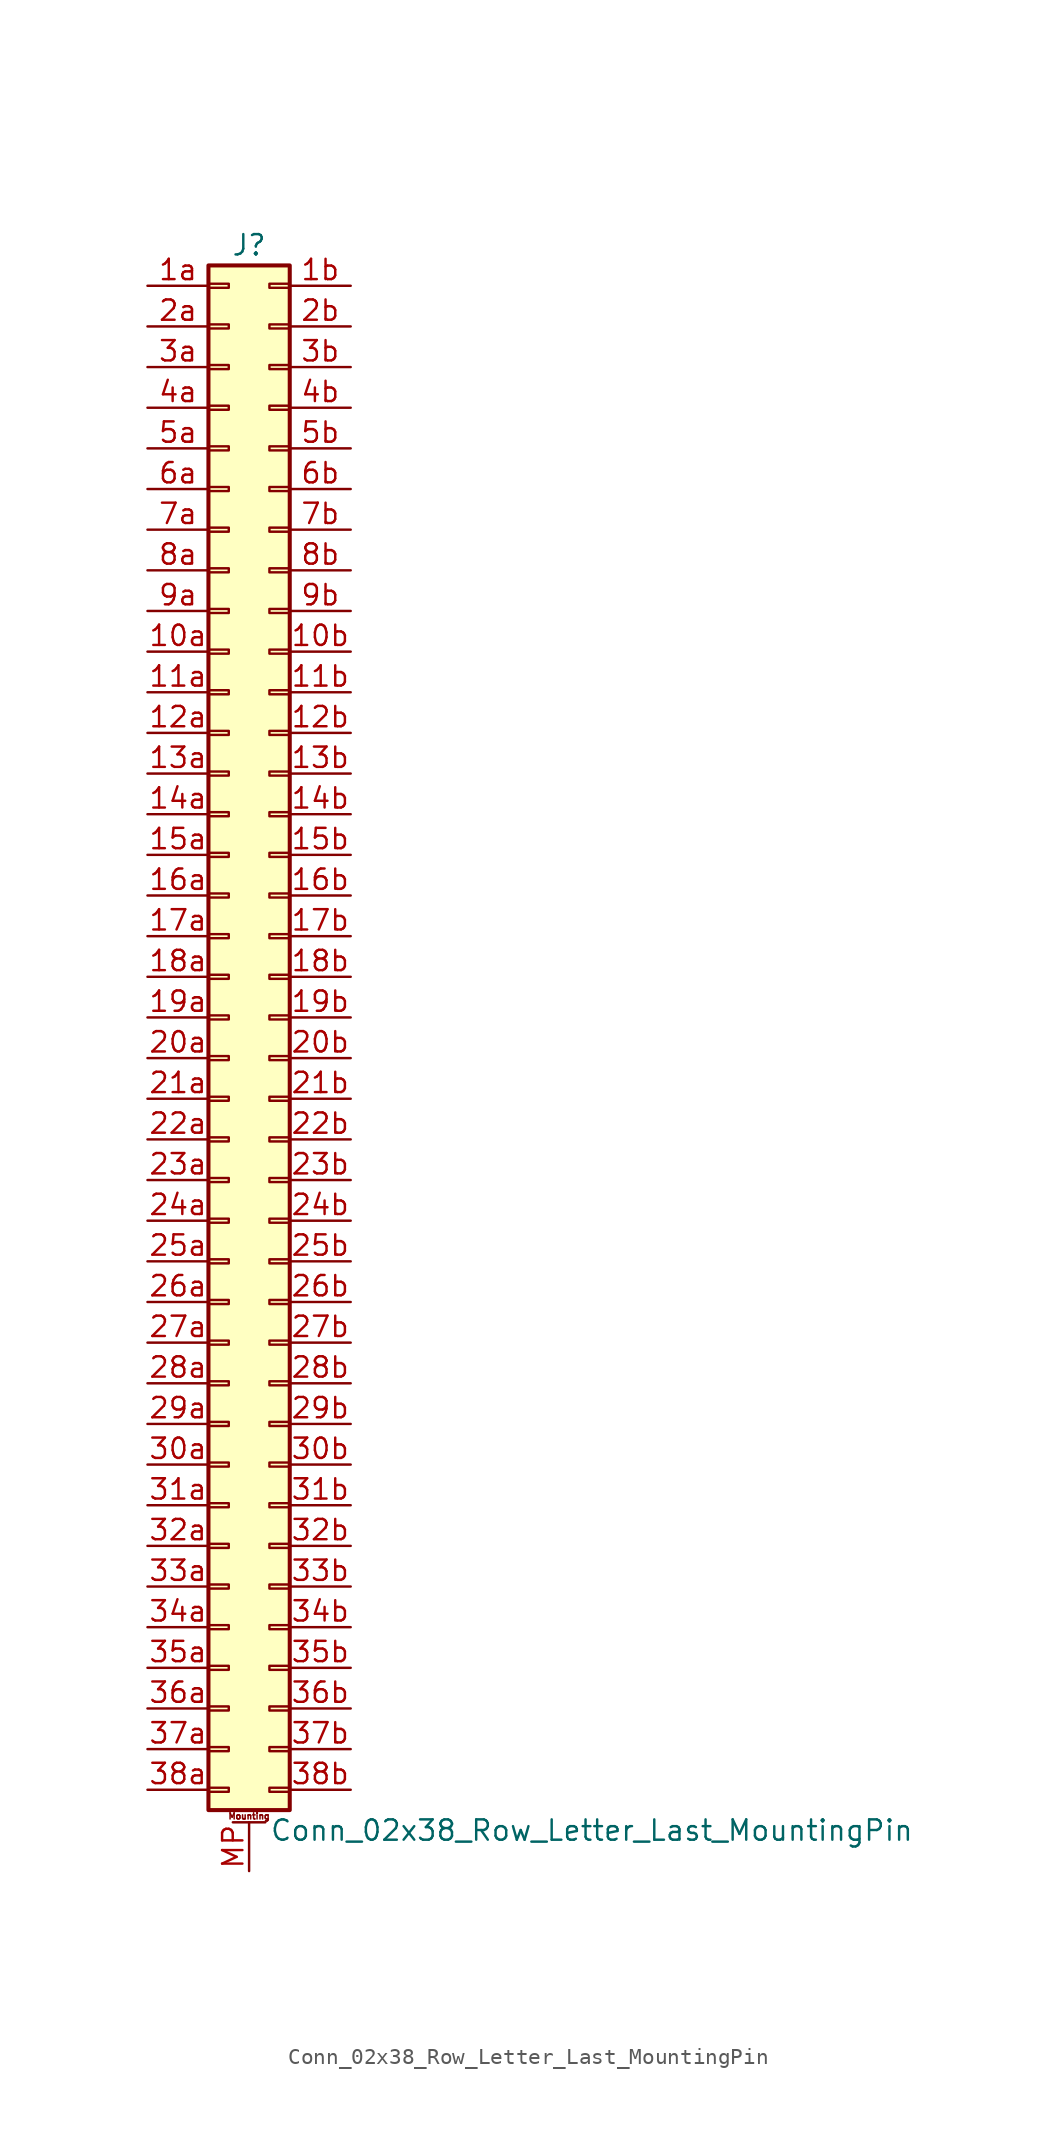
<source format=kicad_sym>
(kicad_symbol_lib
  (version 20201005)
  (generator kicad_symbol_editor)
  (symbol "Conn_02x38_Row_Letter_Last_MountingPin"
    (pin_names
      (offset 1.016) hide)
    (property "Reference" "J"
      (at 1.27 48.26 0)
      (effects (font (size 1.27 1.27))))
    (property "Value" "Conn_02x38_Row_Letter_Last_MountingPin"
      (at 2.54 -50.8 0)
      (effects (font (size 1.27 1.27)) (justify left)))
    (symbol "Conn_02x38_Row_Letter_Last_MountingPin_1_1"
      (text "Mounting" (at 1.27 -49.911 0) (effects (font (size 0.381 0.381))))
      (rectangle (start -1.27 -48.133) (end 0 -48.387) (stroke (width 0.152)) (fill (type none)))
      (rectangle (start -1.27 -45.593) (end 0 -45.847) (stroke (width 0.152)) (fill (type none)))
      (rectangle (start -1.27 -43.053) (end 0 -43.307) (stroke (width 0.152)) (fill (type none)))
      (rectangle (start -1.27 -40.513) (end 0 -40.767) (stroke (width 0.152)) (fill (type none)))
      (rectangle (start -1.27 -37.973) (end 0 -38.227) (stroke (width 0.152)) (fill (type none)))
      (rectangle (start -1.27 -35.433) (end 0 -35.687) (stroke (width 0.152)) (fill (type none)))
      (rectangle (start -1.27 -32.893) (end 0 -33.147) (stroke (width 0.152)) (fill (type none)))
      (rectangle (start -1.27 -30.353) (end 0 -30.607) (stroke (width 0.152)) (fill (type none)))
      (rectangle (start -1.27 -27.813) (end 0 -28.067) (stroke (width 0.152)) (fill (type none)))
      (rectangle (start -1.27 -25.273) (end 0 -25.527) (stroke (width 0.152)) (fill (type none)))
      (rectangle (start -1.27 -22.733) (end 0 -22.987) (stroke (width 0.152)) (fill (type none)))
      (rectangle (start -1.27 -20.193) (end 0 -20.447) (stroke (width 0.152)) (fill (type none)))
      (rectangle (start -1.27 -17.653) (end 0 -17.907) (stroke (width 0.152)) (fill (type none)))
      (rectangle (start -1.27 -15.113) (end 0 -15.367) (stroke (width 0.152)) (fill (type none)))
      (rectangle (start -1.27 -12.573) (end 0 -12.827) (stroke (width 0.152)) (fill (type none)))
      (rectangle (start -1.27 -10.033) (end 0 -10.287) (stroke (width 0.152)) (fill (type none)))
      (rectangle (start -1.27 -7.493) (end 0 -7.747) (stroke (width 0.152)) (fill (type none)))
      (rectangle (start -1.27 -4.953) (end 0 -5.207) (stroke (width 0.152)) (fill (type none)))
      (rectangle (start -1.27 -2.413) (end 0 -2.667) (stroke (width 0.152)) (fill (type none)))
      (rectangle (start -1.27 0.127) (end 0 -0.127) (stroke (width 0.152)) (fill (type none)))
      (rectangle (start -1.27 2.667) (end 0 2.413) (stroke (width 0.152)) (fill (type none)))
      (rectangle (start -1.27 5.207) (end 0 4.953) (stroke (width 0.152)) (fill (type none)))
      (rectangle (start -1.27 7.747) (end 0 7.493) (stroke (width 0.152)) (fill (type none)))
      (rectangle (start -1.27 10.287) (end 0 10.033) (stroke (width 0.152)) (fill (type none)))
      (rectangle (start -1.27 12.827) (end 0 12.573) (stroke (width 0.152)) (fill (type none)))
      (rectangle (start -1.27 15.367) (end 0 15.113) (stroke (width 0.152)) (fill (type none)))
      (rectangle (start -1.27 17.907) (end 0 17.653) (stroke (width 0.152)) (fill (type none)))
      (rectangle (start -1.27 20.447) (end 0 20.193) (stroke (width 0.152)) (fill (type none)))
      (rectangle (start -1.27 22.987) (end 0 22.733) (stroke (width 0.152)) (fill (type none)))
      (rectangle (start -1.27 25.527) (end 0 25.273) (stroke (width 0.152)) (fill (type none)))
      (rectangle (start -1.27 28.067) (end 0 27.813) (stroke (width 0.152)) (fill (type none)))
      (rectangle (start -1.27 30.607) (end 0 30.353) (stroke (width 0.152)) (fill (type none)))
      (rectangle (start -1.27 33.147) (end 0 32.893) (stroke (width 0.152)) (fill (type none)))
      (rectangle (start -1.27 35.687) (end 0 35.433) (stroke (width 0.152)) (fill (type none)))
      (rectangle (start -1.27 38.227) (end 0 37.973) (stroke (width 0.152)) (fill (type none)))
      (rectangle (start -1.27 40.767) (end 0 40.513) (stroke (width 0.152)) (fill (type none)))
      (rectangle (start -1.27 43.307) (end 0 43.053) (stroke (width 0.152)) (fill (type none)))
      (rectangle (start -1.27 45.847) (end 0 45.593) (stroke (width 0.152)) (fill (type none)))
      (rectangle (start 3.81 -48.133) (end 2.54 -48.387) (stroke (width 0.152)) (fill (type none)))
      (rectangle (start 3.81 -45.593) (end 2.54 -45.847) (stroke (width 0.152)) (fill (type none)))
      (rectangle (start 3.81 -43.053) (end 2.54 -43.307) (stroke (width 0.152)) (fill (type none)))
      (rectangle (start 3.81 -40.513) (end 2.54 -40.767) (stroke (width 0.152)) (fill (type none)))
      (rectangle (start 3.81 -37.973) (end 2.54 -38.227) (stroke (width 0.152)) (fill (type none)))
      (rectangle (start 3.81 -35.433) (end 2.54 -35.687) (stroke (width 0.152)) (fill (type none)))
      (rectangle (start 3.81 -32.893) (end 2.54 -33.147) (stroke (width 0.152)) (fill (type none)))
      (rectangle (start 3.81 -30.353) (end 2.54 -30.607) (stroke (width 0.152)) (fill (type none)))
      (rectangle (start 3.81 -27.813) (end 2.54 -28.067) (stroke (width 0.152)) (fill (type none)))
      (rectangle (start 3.81 -25.273) (end 2.54 -25.527) (stroke (width 0.152)) (fill (type none)))
      (rectangle (start 3.81 -22.733) (end 2.54 -22.987) (stroke (width 0.152)) (fill (type none)))
      (rectangle (start 3.81 -20.193) (end 2.54 -20.447) (stroke (width 0.152)) (fill (type none)))
      (rectangle (start 3.81 -17.653) (end 2.54 -17.907) (stroke (width 0.152)) (fill (type none)))
      (rectangle (start 3.81 -15.113) (end 2.54 -15.367) (stroke (width 0.152)) (fill (type none)))
      (rectangle (start 3.81 -12.573) (end 2.54 -12.827) (stroke (width 0.152)) (fill (type none)))
      (rectangle (start 3.81 -10.033) (end 2.54 -10.287) (stroke (width 0.152)) (fill (type none)))
      (rectangle (start 3.81 -7.493) (end 2.54 -7.747) (stroke (width 0.152)) (fill (type none)))
      (rectangle (start 3.81 -4.953) (end 2.54 -5.207) (stroke (width 0.152)) (fill (type none)))
      (rectangle (start 3.81 -2.413) (end 2.54 -2.667) (stroke (width 0.152)) (fill (type none)))
      (rectangle (start 3.81 0.127) (end 2.54 -0.127) (stroke (width 0.152)) (fill (type none)))
      (rectangle (start 3.81 2.667) (end 2.54 2.413) (stroke (width 0.152)) (fill (type none)))
      (rectangle (start 3.81 5.207) (end 2.54 4.953) (stroke (width 0.152)) (fill (type none)))
      (rectangle (start 3.81 7.747) (end 2.54 7.493) (stroke (width 0.152)) (fill (type none)))
      (rectangle (start 3.81 10.287) (end 2.54 10.033) (stroke (width 0.152)) (fill (type none)))
      (rectangle (start 3.81 12.827) (end 2.54 12.573) (stroke (width 0.152)) (fill (type none)))
      (rectangle (start 3.81 15.367) (end 2.54 15.113) (stroke (width 0.152)) (fill (type none)))
      (rectangle (start 3.81 17.907) (end 2.54 17.653) (stroke (width 0.152)) (fill (type none)))
      (rectangle (start 3.81 20.447) (end 2.54 20.193) (stroke (width 0.152)) (fill (type none)))
      (rectangle (start 3.81 22.987) (end 2.54 22.733) (stroke (width 0.152)) (fill (type none)))
      (rectangle (start 3.81 25.527) (end 2.54 25.273) (stroke (width 0.152)) (fill (type none)))
      (rectangle (start 3.81 28.067) (end 2.54 27.813) (stroke (width 0.152)) (fill (type none)))
      (rectangle (start 3.81 30.607) (end 2.54 30.353) (stroke (width 0.152)) (fill (type none)))
      (rectangle (start 3.81 33.147) (end 2.54 32.893) (stroke (width 0.152)) (fill (type none)))
      (rectangle (start 3.81 35.687) (end 2.54 35.433) (stroke (width 0.152)) (fill (type none)))
      (rectangle (start 3.81 38.227) (end 2.54 37.973) (stroke (width 0.152)) (fill (type none)))
      (rectangle (start 3.81 40.767) (end 2.54 40.513) (stroke (width 0.152)) (fill (type none)))
      (rectangle (start 3.81 43.307) (end 2.54 43.053) (stroke (width 0.152)) (fill (type none)))
      (rectangle (start 3.81 45.847) (end 2.54 45.593) (stroke (width 0.152)) (fill (type none)))
      (rectangle (start -1.27 46.99) (end 3.81 -49.53) (stroke (width 0.254)) (fill (type background)))
      (polyline (pts (xy 0.254 -50.292) (xy 2.286 -50.292)) (stroke (width 0.152)) (fill (type none)))
      (pin passive line (at -5.08 22.86 0) (length 3.81) (name "Pin_10a" (effects (font (size 1.27 1.27)))) (number "10a" (effects (font (size 1.27 1.27)))))
      (pin passive line (at 7.62 22.86 180) (length 3.81) (name "Pin_10b" (effects (font (size 1.27 1.27)))) (number "10b" (effects (font (size 1.27 1.27)))))
      (pin passive line (at -5.08 20.32 0) (length 3.81) (name "Pin_11a" (effects (font (size 1.27 1.27)))) (number "11a" (effects (font (size 1.27 1.27)))))
      (pin passive line (at 7.62 20.32 180) (length 3.81) (name "Pin_11b" (effects (font (size 1.27 1.27)))) (number "11b" (effects (font (size 1.27 1.27)))))
      (pin passive line (at -5.08 17.78 0) (length 3.81) (name "Pin_12a" (effects (font (size 1.27 1.27)))) (number "12a" (effects (font (size 1.27 1.27)))))
      (pin passive line (at 7.62 17.78 180) (length 3.81) (name "Pin_12b" (effects (font (size 1.27 1.27)))) (number "12b" (effects (font (size 1.27 1.27)))))
      (pin passive line (at -5.08 15.24 0) (length 3.81) (name "Pin_13a" (effects (font (size 1.27 1.27)))) (number "13a" (effects (font (size 1.27 1.27)))))
      (pin passive line (at 7.62 15.24 180) (length 3.81) (name "Pin_13b" (effects (font (size 1.27 1.27)))) (number "13b" (effects (font (size 1.27 1.27)))))
      (pin passive line (at -5.08 12.7 0) (length 3.81) (name "Pin_14a" (effects (font (size 1.27 1.27)))) (number "14a" (effects (font (size 1.27 1.27)))))
      (pin passive line (at 7.62 12.7 180) (length 3.81) (name "Pin_14b" (effects (font (size 1.27 1.27)))) (number "14b" (effects (font (size 1.27 1.27)))))
      (pin passive line (at -5.08 10.16 0) (length 3.81) (name "Pin_15a" (effects (font (size 1.27 1.27)))) (number "15a" (effects (font (size 1.27 1.27)))))
      (pin passive line (at 7.62 10.16 180) (length 3.81) (name "Pin_15b" (effects (font (size 1.27 1.27)))) (number "15b" (effects (font (size 1.27 1.27)))))
      (pin passive line (at -5.08 7.62 0) (length 3.81) (name "Pin_16a" (effects (font (size 1.27 1.27)))) (number "16a" (effects (font (size 1.27 1.27)))))
      (pin passive line (at 7.62 7.62 180) (length 3.81) (name "Pin_16b" (effects (font (size 1.27 1.27)))) (number "16b" (effects (font (size 1.27 1.27)))))
      (pin passive line (at -5.08 5.08 0) (length 3.81) (name "Pin_17a" (effects (font (size 1.27 1.27)))) (number "17a" (effects (font (size 1.27 1.27)))))
      (pin passive line (at 7.62 5.08 180) (length 3.81) (name "Pin_17b" (effects (font (size 1.27 1.27)))) (number "17b" (effects (font (size 1.27 1.27)))))
      (pin passive line (at -5.08 2.54 0) (length 3.81) (name "Pin_18a" (effects (font (size 1.27 1.27)))) (number "18a" (effects (font (size 1.27 1.27)))))
      (pin passive line (at 7.62 2.54 180) (length 3.81) (name "Pin_18b" (effects (font (size 1.27 1.27)))) (number "18b" (effects (font (size 1.27 1.27)))))
      (pin passive line (at -5.08 0 0) (length 3.81) (name "Pin_19a" (effects (font (size 1.27 1.27)))) (number "19a" (effects (font (size 1.27 1.27)))))
      (pin passive line (at 7.62 0 180) (length 3.81) (name "Pin_19b" (effects (font (size 1.27 1.27)))) (number "19b" (effects (font (size 1.27 1.27)))))
      (pin passive line (at -5.08 45.72 0) (length 3.81) (name "Pin_1a" (effects (font (size 1.27 1.27)))) (number "1a" (effects (font (size 1.27 1.27)))))
      (pin passive line (at 7.62 45.72 180) (length 3.81) (name "Pin_1b" (effects (font (size 1.27 1.27)))) (number "1b" (effects (font (size 1.27 1.27)))))
      (pin passive line (at -5.08 -2.54 0) (length 3.81) (name "Pin_20a" (effects (font (size 1.27 1.27)))) (number "20a" (effects (font (size 1.27 1.27)))))
      (pin passive line (at 7.62 -2.54 180) (length 3.81) (name "Pin_20b" (effects (font (size 1.27 1.27)))) (number "20b" (effects (font (size 1.27 1.27)))))
      (pin passive line (at -5.08 -5.08 0) (length 3.81) (name "Pin_21a" (effects (font (size 1.27 1.27)))) (number "21a" (effects (font (size 1.27 1.27)))))
      (pin passive line (at 7.62 -5.08 180) (length 3.81) (name "Pin_21b" (effects (font (size 1.27 1.27)))) (number "21b" (effects (font (size 1.27 1.27)))))
      (pin passive line (at -5.08 -7.62 0) (length 3.81) (name "Pin_22a" (effects (font (size 1.27 1.27)))) (number "22a" (effects (font (size 1.27 1.27)))))
      (pin passive line (at 7.62 -7.62 180) (length 3.81) (name "Pin_22b" (effects (font (size 1.27 1.27)))) (number "22b" (effects (font (size 1.27 1.27)))))
      (pin passive line (at -5.08 -10.16 0) (length 3.81) (name "Pin_23a" (effects (font (size 1.27 1.27)))) (number "23a" (effects (font (size 1.27 1.27)))))
      (pin passive line (at 7.62 -10.16 180) (length 3.81) (name "Pin_23b" (effects (font (size 1.27 1.27)))) (number "23b" (effects (font (size 1.27 1.27)))))
      (pin passive line (at -5.08 -12.7 0) (length 3.81) (name "Pin_24a" (effects (font (size 1.27 1.27)))) (number "24a" (effects (font (size 1.27 1.27)))))
      (pin passive line (at 7.62 -12.7 180) (length 3.81) (name "Pin_24b" (effects (font (size 1.27 1.27)))) (number "24b" (effects (font (size 1.27 1.27)))))
      (pin passive line (at -5.08 -15.24 0) (length 3.81) (name "Pin_25a" (effects (font (size 1.27 1.27)))) (number "25a" (effects (font (size 1.27 1.27)))))
      (pin passive line (at 7.62 -15.24 180) (length 3.81) (name "Pin_25b" (effects (font (size 1.27 1.27)))) (number "25b" (effects (font (size 1.27 1.27)))))
      (pin passive line (at -5.08 -17.78 0) (length 3.81) (name "Pin_26a" (effects (font (size 1.27 1.27)))) (number "26a" (effects (font (size 1.27 1.27)))))
      (pin passive line (at 7.62 -17.78 180) (length 3.81) (name "Pin_26b" (effects (font (size 1.27 1.27)))) (number "26b" (effects (font (size 1.27 1.27)))))
      (pin passive line (at -5.08 -20.32 0) (length 3.81) (name "Pin_27a" (effects (font (size 1.27 1.27)))) (number "27a" (effects (font (size 1.27 1.27)))))
      (pin passive line (at 7.62 -20.32 180) (length 3.81) (name "Pin_27b" (effects (font (size 1.27 1.27)))) (number "27b" (effects (font (size 1.27 1.27)))))
      (pin passive line (at -5.08 -22.86 0) (length 3.81) (name "Pin_28a" (effects (font (size 1.27 1.27)))) (number "28a" (effects (font (size 1.27 1.27)))))
      (pin passive line (at 7.62 -22.86 180) (length 3.81) (name "Pin_28b" (effects (font (size 1.27 1.27)))) (number "28b" (effects (font (size 1.27 1.27)))))
      (pin passive line (at -5.08 -25.4 0) (length 3.81) (name "Pin_29a" (effects (font (size 1.27 1.27)))) (number "29a" (effects (font (size 1.27 1.27)))))
      (pin passive line (at 7.62 -25.4 180) (length 3.81) (name "Pin_29b" (effects (font (size 1.27 1.27)))) (number "29b" (effects (font (size 1.27 1.27)))))
      (pin passive line (at -5.08 43.18 0) (length 3.81) (name "Pin_2a" (effects (font (size 1.27 1.27)))) (number "2a" (effects (font (size 1.27 1.27)))))
      (pin passive line (at 7.62 43.18 180) (length 3.81) (name "Pin_2b" (effects (font (size 1.27 1.27)))) (number "2b" (effects (font (size 1.27 1.27)))))
      (pin passive line (at -5.08 -27.94 0) (length 3.81) (name "Pin_30a" (effects (font (size 1.27 1.27)))) (number "30a" (effects (font (size 1.27 1.27)))))
      (pin passive line (at 7.62 -27.94 180) (length 3.81) (name "Pin_30b" (effects (font (size 1.27 1.27)))) (number "30b" (effects (font (size 1.27 1.27)))))
      (pin passive line (at -5.08 -30.48 0) (length 3.81) (name "Pin_31a" (effects (font (size 1.27 1.27)))) (number "31a" (effects (font (size 1.27 1.27)))))
      (pin passive line (at 7.62 -30.48 180) (length 3.81) (name "Pin_31b" (effects (font (size 1.27 1.27)))) (number "31b" (effects (font (size 1.27 1.27)))))
      (pin passive line (at -5.08 -33.02 0) (length 3.81) (name "Pin_32a" (effects (font (size 1.27 1.27)))) (number "32a" (effects (font (size 1.27 1.27)))))
      (pin passive line (at 7.62 -33.02 180) (length 3.81) (name "Pin_32b" (effects (font (size 1.27 1.27)))) (number "32b" (effects (font (size 1.27 1.27)))))
      (pin passive line (at -5.08 -35.56 0) (length 3.81) (name "Pin_33a" (effects (font (size 1.27 1.27)))) (number "33a" (effects (font (size 1.27 1.27)))))
      (pin passive line (at 7.62 -35.56 180) (length 3.81) (name "Pin_33b" (effects (font (size 1.27 1.27)))) (number "33b" (effects (font (size 1.27 1.27)))))
      (pin passive line (at -5.08 -38.1 0) (length 3.81) (name "Pin_34a" (effects (font (size 1.27 1.27)))) (number "34a" (effects (font (size 1.27 1.27)))))
      (pin passive line (at 7.62 -38.1 180) (length 3.81) (name "Pin_34b" (effects (font (size 1.27 1.27)))) (number "34b" (effects (font (size 1.27 1.27)))))
      (pin passive line (at -5.08 -40.64 0) (length 3.81) (name "Pin_35a" (effects (font (size 1.27 1.27)))) (number "35a" (effects (font (size 1.27 1.27)))))
      (pin passive line (at 7.62 -40.64 180) (length 3.81) (name "Pin_35b" (effects (font (size 1.27 1.27)))) (number "35b" (effects (font (size 1.27 1.27)))))
      (pin passive line (at -5.08 -43.18 0) (length 3.81) (name "Pin_36a" (effects (font (size 1.27 1.27)))) (number "36a" (effects (font (size 1.27 1.27)))))
      (pin passive line (at 7.62 -43.18 180) (length 3.81) (name "Pin_36b" (effects (font (size 1.27 1.27)))) (number "36b" (effects (font (size 1.27 1.27)))))
      (pin passive line (at -5.08 -45.72 0) (length 3.81) (name "Pin_37a" (effects (font (size 1.27 1.27)))) (number "37a" (effects (font (size 1.27 1.27)))))
      (pin passive line (at 7.62 -45.72 180) (length 3.81) (name "Pin_37b" (effects (font (size 1.27 1.27)))) (number "37b" (effects (font (size 1.27 1.27)))))
      (pin passive line (at -5.08 -48.26 0) (length 3.81) (name "Pin_38a" (effects (font (size 1.27 1.27)))) (number "38a" (effects (font (size 1.27 1.27)))))
      (pin passive line (at 7.62 -48.26 180) (length 3.81) (name "Pin_38b" (effects (font (size 1.27 1.27)))) (number "38b" (effects (font (size 1.27 1.27)))))
      (pin passive line (at -5.08 40.64 0) (length 3.81) (name "Pin_3a" (effects (font (size 1.27 1.27)))) (number "3a" (effects (font (size 1.27 1.27)))))
      (pin passive line (at 7.62 40.64 180) (length 3.81) (name "Pin_3b" (effects (font (size 1.27 1.27)))) (number "3b" (effects (font (size 1.27 1.27)))))
      (pin passive line (at -5.08 38.1 0) (length 3.81) (name "Pin_4a" (effects (font (size 1.27 1.27)))) (number "4a" (effects (font (size 1.27 1.27)))))
      (pin passive line (at 7.62 38.1 180) (length 3.81) (name "Pin_4b" (effects (font (size 1.27 1.27)))) (number "4b" (effects (font (size 1.27 1.27)))))
      (pin passive line (at -5.08 35.56 0) (length 3.81) (name "Pin_5a" (effects (font (size 1.27 1.27)))) (number "5a" (effects (font (size 1.27 1.27)))))
      (pin passive line (at 7.62 35.56 180) (length 3.81) (name "Pin_5b" (effects (font (size 1.27 1.27)))) (number "5b" (effects (font (size 1.27 1.27)))))
      (pin passive line (at -5.08 33.02 0) (length 3.81) (name "Pin_6a" (effects (font (size 1.27 1.27)))) (number "6a" (effects (font (size 1.27 1.27)))))
      (pin passive line (at 7.62 33.02 180) (length 3.81) (name "Pin_6b" (effects (font (size 1.27 1.27)))) (number "6b" (effects (font (size 1.27 1.27)))))
      (pin passive line (at -5.08 30.48 0) (length 3.81) (name "Pin_7a" (effects (font (size 1.27 1.27)))) (number "7a" (effects (font (size 1.27 1.27)))))
      (pin passive line (at 7.62 30.48 180) (length 3.81) (name "Pin_7b" (effects (font (size 1.27 1.27)))) (number "7b" (effects (font (size 1.27 1.27)))))
      (pin passive line (at -5.08 27.94 0) (length 3.81) (name "Pin_8a" (effects (font (size 1.27 1.27)))) (number "8a" (effects (font (size 1.27 1.27)))))
      (pin passive line (at 7.62 27.94 180) (length 3.81) (name "Pin_8b" (effects (font (size 1.27 1.27)))) (number "8b" (effects (font (size 1.27 1.27)))))
      (pin passive line (at -5.08 25.4 0) (length 3.81) (name "Pin_9a" (effects (font (size 1.27 1.27)))) (number "9a" (effects (font (size 1.27 1.27)))))
      (pin passive line (at 7.62 25.4 180) (length 3.81) (name "Pin_9b" (effects (font (size 1.27 1.27)))) (number "9b" (effects (font (size 1.27 1.27)))))
      (pin passive line (at 1.27 -53.34 90) (length 3.048) (name "MountPin" (effects (font (size 1.27 1.27)))) (number "MP" (effects (font (size 1.27 1.27))))))))
</source>
